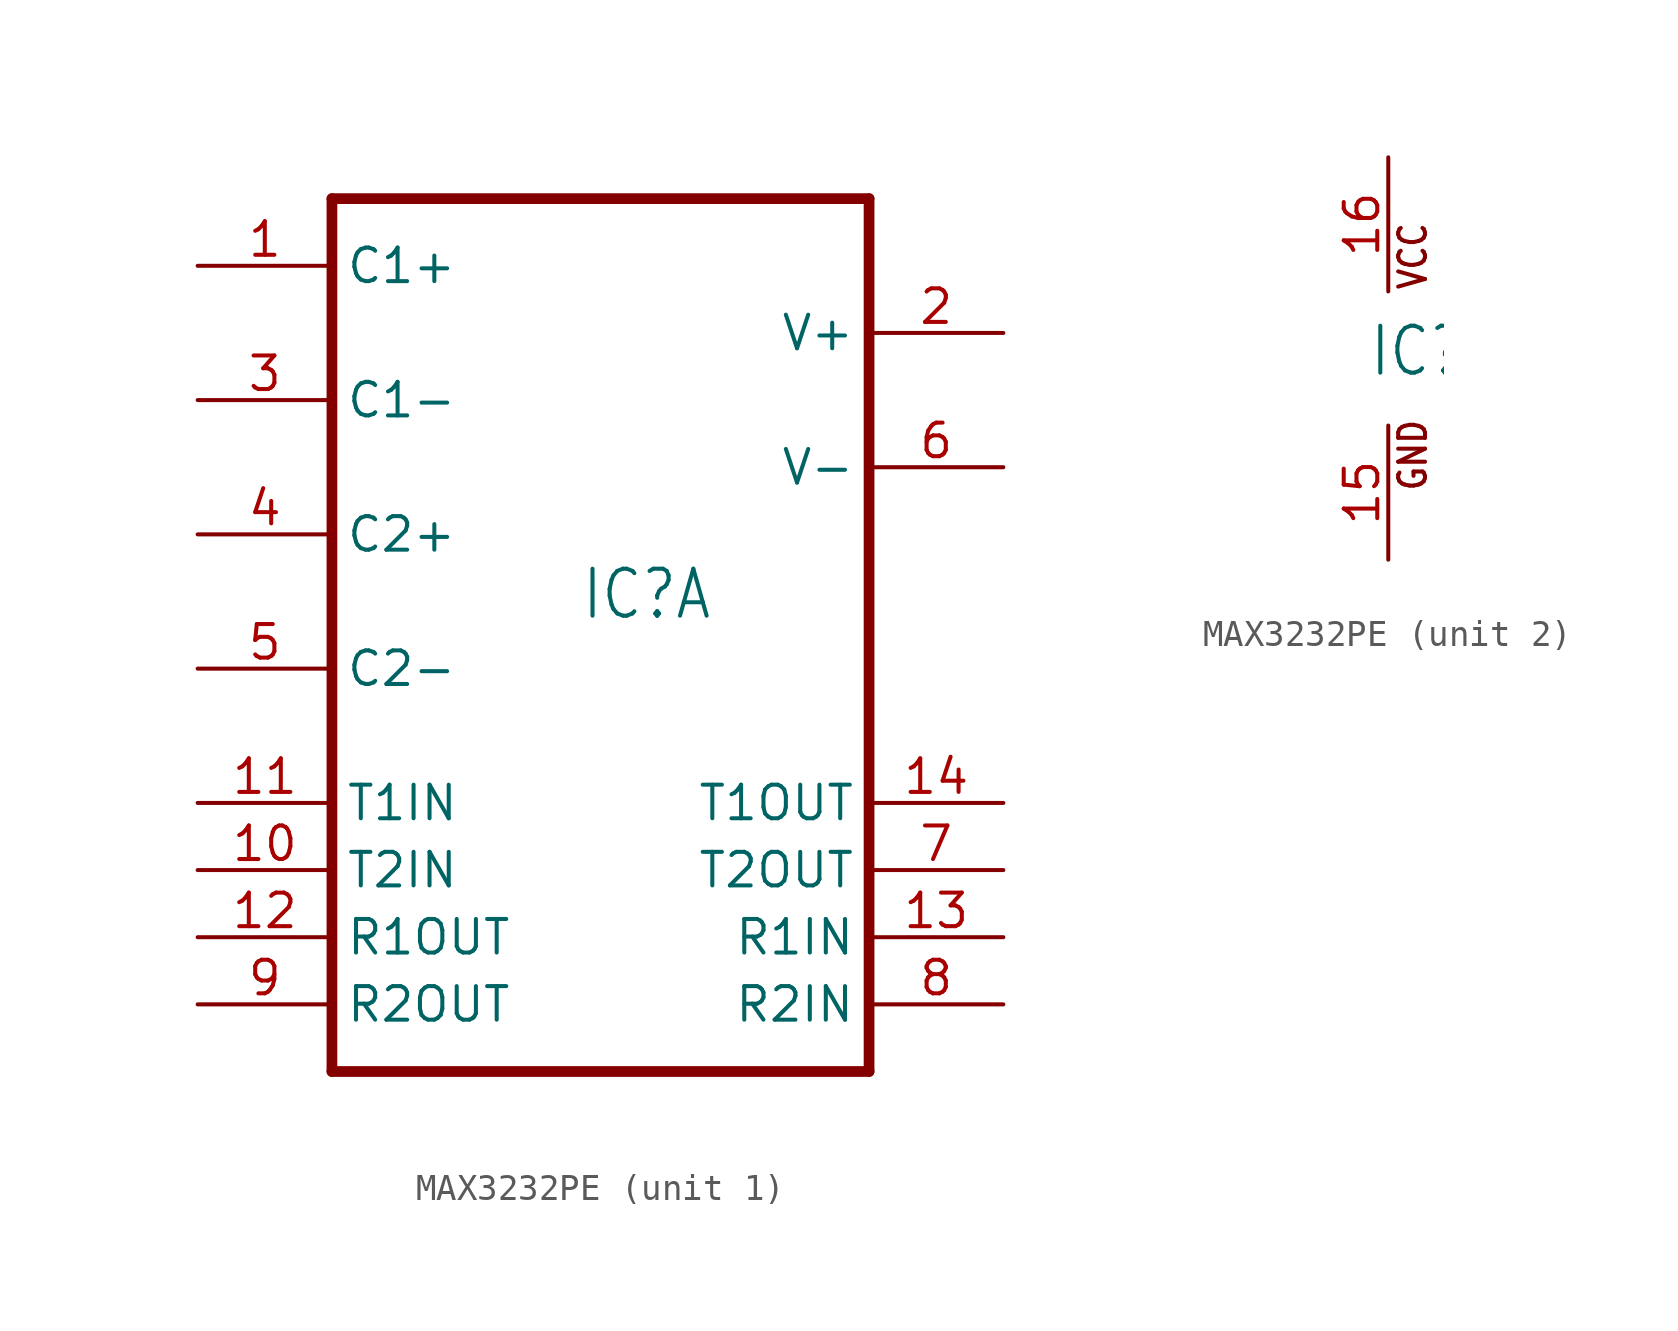
<source format=kicad_sym>
(kicad_symbol_lib
  (version 20211014)
  (generator kicad_symbol_editor)
  (symbol "MAX3232PE"
    (property "Reference" "IC"
      (at -0.762 -0.762 0)
      (effects (font (size 1.778 1.511)) (justify left bottom)))
    (property "ki_locked" ""
      (at 0 0 0)
      (effects (font (size 1.27 1.27))))
    (symbol "MAX3232PE_1_0"
      (polyline (pts (xy -10.16 15.24) (xy -10.16 -17.78)) (stroke (width 0.406) (type default) (color 0 0 0 0)) (fill (type none)))
      (polyline (pts (xy -10.16 15.24) (xy 10.16 15.24)) (stroke (width 0.406) (type default) (color 0 0 0 0)) (fill (type none)))
      (polyline (pts (xy 10.16 -17.78) (xy -10.16 -17.78)) (stroke (width 0.406) (type default) (color 0 0 0 0)) (fill (type none)))
      (polyline (pts (xy 10.16 -17.78) (xy 10.16 15.24)) (stroke (width 0.406) (type default) (color 0 0 0 0)) (fill (type none)))
      (pin bidirectional line (at -15.24 12.7 0) (length 5.08) (name "C1+" (effects (font (size 1.27 1.27)))) (number "1" (effects (font (size 1.27 1.27)))))
      (pin input line (at -15.24 -10.16 0) (length 5.08) (name "T2IN" (effects (font (size 1.27 1.27)))) (number "10" (effects (font (size 1.27 1.27)))))
      (pin input line (at -15.24 -7.62 0) (length 5.08) (name "T1IN" (effects (font (size 1.27 1.27)))) (number "11" (effects (font (size 1.27 1.27)))))
      (pin output line (at -15.24 -12.7 0) (length 5.08) (name "R1OUT" (effects (font (size 1.27 1.27)))) (number "12" (effects (font (size 1.27 1.27)))))
      (pin input line (at 15.24 -12.7 180) (length 5.08) (name "R1IN" (effects (font (size 1.27 1.27)))) (number "13" (effects (font (size 1.27 1.27)))))
      (pin output line (at 15.24 -7.62 180) (length 5.08) (name "T1OUT" (effects (font (size 1.27 1.27)))) (number "14" (effects (font (size 1.27 1.27)))))
      (pin bidirectional line (at 15.24 10.16 180) (length 5.08) (name "V+" (effects (font (size 1.27 1.27)))) (number "2" (effects (font (size 1.27 1.27)))))
      (pin bidirectional line (at -15.24 7.62 0) (length 5.08) (name "C1-" (effects (font (size 1.27 1.27)))) (number "3" (effects (font (size 1.27 1.27)))))
      (pin bidirectional line (at -15.24 2.54 0) (length 5.08) (name "C2+" (effects (font (size 1.27 1.27)))) (number "4" (effects (font (size 1.27 1.27)))))
      (pin bidirectional line (at -15.24 -2.54 0) (length 5.08) (name "C2-" (effects (font (size 1.27 1.27)))) (number "5" (effects (font (size 1.27 1.27)))))
      (pin bidirectional line (at 15.24 5.08 180) (length 5.08) (name "V-" (effects (font (size 1.27 1.27)))) (number "6" (effects (font (size 1.27 1.27)))))
      (pin output line (at 15.24 -10.16 180) (length 5.08) (name "T2OUT" (effects (font (size 1.27 1.27)))) (number "7" (effects (font (size 1.27 1.27)))))
      (pin input line (at 15.24 -15.24 180) (length 5.08) (name "R2IN" (effects (font (size 1.27 1.27)))) (number "8" (effects (font (size 1.27 1.27)))))
      (pin output line (at -15.24 -15.24 0) (length 5.08) (name "R2OUT" (effects (font (size 1.27 1.27)))) (number "9" (effects (font (size 1.27 1.27))))))
    (symbol "MAX3232PE_2_0"
      (text "GND" (at 1.524 -5.08 900) (effects (font (size 1.016 0.864)) (justify left bottom)))
      (text "VCC" (at 1.524 2.54 900) (effects (font (size 1.016 0.864)) (justify left bottom)))
      (pin power_in line (at 0 -7.62 90) (length 5.08) (name "GND" (effects (font (size 0 0)))) (number "15" (effects (font (size 1.27 1.27)))))
      (pin power_in line (at 0 7.62 270) (length 5.08) (name "VCC" (effects (font (size 0 0)))) (number "16" (effects (font (size 1.27 1.27))))))))
</source>
